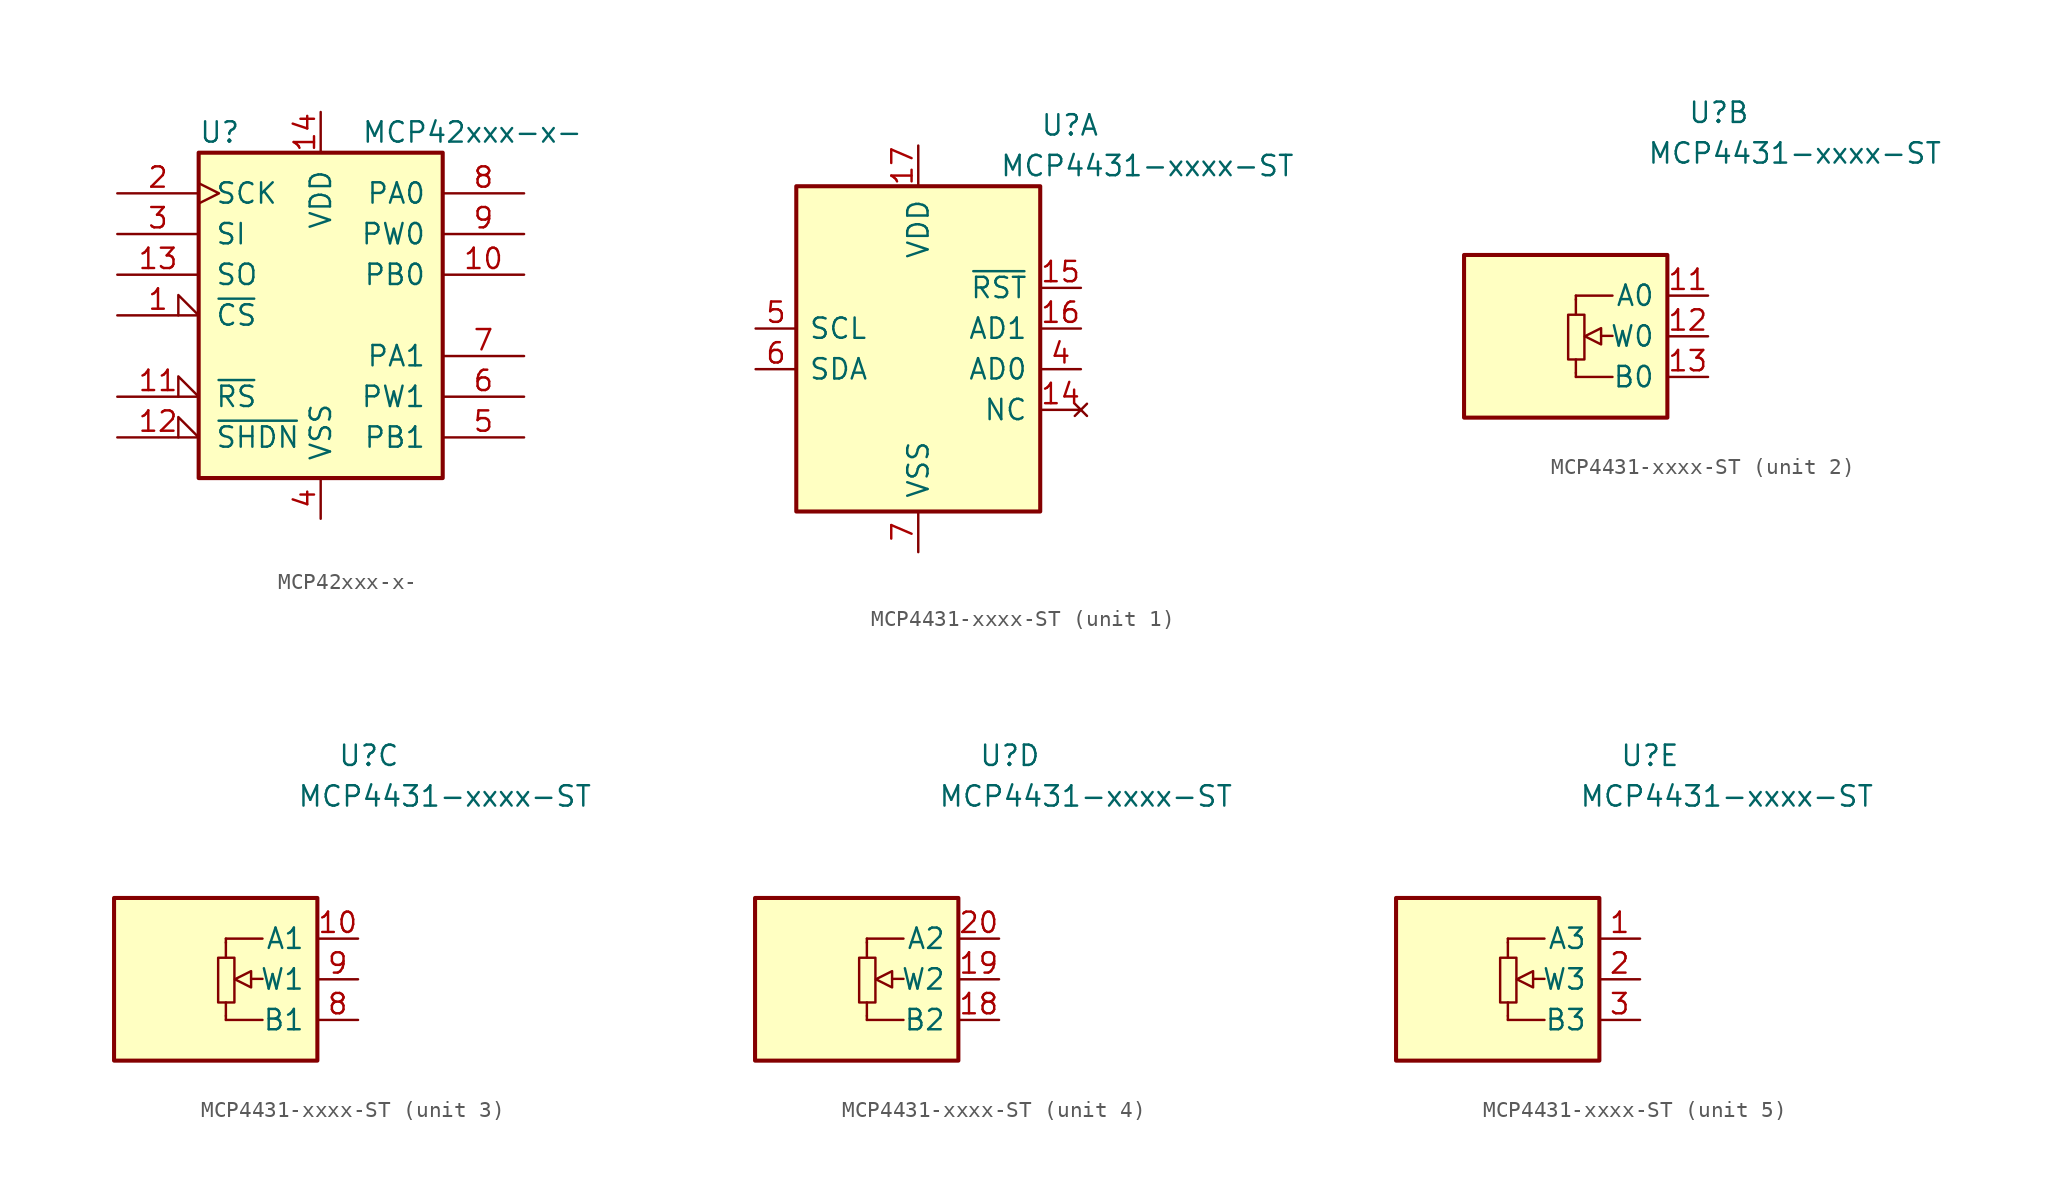
<source format=kicad_sym>
(kicad_symbol_lib
  (version 20211014)
  (generator kicad_symbol_editor)
  (symbol "MCP42xxx-x-"
    (pin_names
      (offset 1.016))
    (property "Reference" "U"
      (at -7.62 11.43 0)
      (effects (font (size 1.27 1.27)) (justify left)))
    (property "Value" "MCP42xxx-x-"
      (at 2.54 11.43 0)
      (effects (font (size 1.27 1.27)) (justify left)))
    (symbol "MCP42xxx-x-_0_1"
      (rectangle (start -7.62 10.16) (end 7.62 -10.16) (stroke (width 0.254) (type default) (color 0 0 0 0)) (fill (type background))))
    (symbol "MCP42xxx-x-_1_1"
      (pin input input_low (at -12.7 0 0) (length 5.08) (name "~{CS}" (effects (font (size 1.27 1.27)))) (number "1" (effects (font (size 1.27 1.27)))))
      (pin passive line (at 12.7 2.54 180) (length 5.08) (name "PB0" (effects (font (size 1.27 1.27)))) (number "10" (effects (font (size 1.27 1.27)))))
      (pin input input_low (at -12.7 -5.08 0) (length 5.08) (name "~{RS}" (effects (font (size 1.27 1.27)))) (number "11" (effects (font (size 1.27 1.27)))))
      (pin input input_low (at -12.7 -7.62 0) (length 5.08) (name "~{SHDN}" (effects (font (size 1.27 1.27)))) (number "12" (effects (font (size 1.27 1.27)))))
      (pin output line (at -12.7 2.54 0) (length 5.08) (name "SO" (effects (font (size 1.27 1.27)))) (number "13" (effects (font (size 1.27 1.27)))))
      (pin power_in line (at 0 12.7 270) (length 2.54) (name "VDD" (effects (font (size 1.27 1.27)))) (number "14" (effects (font (size 1.27 1.27)))))
      (pin input clock (at -12.7 7.62 0) (length 5.08) (name "SCK" (effects (font (size 1.27 1.27)))) (number "2" (effects (font (size 1.27 1.27)))))
      (pin input line (at -12.7 5.08 0) (length 5.08) (name "SI" (effects (font (size 1.27 1.27)))) (number "3" (effects (font (size 1.27 1.27)))))
      (pin power_in line (at 0 -12.7 90) (length 2.54) (name "VSS" (effects (font (size 1.27 1.27)))) (number "4" (effects (font (size 1.27 1.27)))))
      (pin passive line (at 12.7 -7.62 180) (length 5.08) (name "PB1" (effects (font (size 1.27 1.27)))) (number "5" (effects (font (size 1.27 1.27)))))
      (pin passive line (at 12.7 -5.08 180) (length 5.08) (name "PW1" (effects (font (size 1.27 1.27)))) (number "6" (effects (font (size 1.27 1.27)))))
      (pin passive line (at 12.7 -2.54 180) (length 5.08) (name "PA1" (effects (font (size 1.27 1.27)))) (number "7" (effects (font (size 1.27 1.27)))))
      (pin passive line (at 12.7 7.62 180) (length 5.08) (name "PA0" (effects (font (size 1.27 1.27)))) (number "8" (effects (font (size 1.27 1.27)))))
      (pin passive line (at 12.7 5.08 180) (length 5.08) (name "PW0" (effects (font (size 1.27 1.27)))) (number "9" (effects (font (size 1.27 1.27)))))))
  (symbol "MCP4431-xxxx-ST"
    (pin_names
      (offset 0.762))
    (property "Reference" "U"
      (at 7.62 13.97 0)
      (effects (font (size 1.27 1.27)) (justify left)))
    (property "Value" "MCP4431-xxxx-ST"
      (at 5.08 11.43 0)
      (effects (font (size 1.27 1.27)) (justify left)))
    (property "ki_locked" ""
      (at 0 0 0)
      (effects (font (size 1.27 1.27))))
    (symbol "MCP4431-xxxx-ST_1_1"
      (rectangle (start -7.62 10.16) (end 7.62 -10.16) (stroke (width 0.254) (type default) (color 0 0 0 0)) (fill (type background)))
      (pin no_connect line (at 10.16 -3.81 180) (length 2.54) (name "NC" (effects (font (size 1.27 1.27)))) (number "14" (effects (font (size 1.27 1.27)))))
      (pin input line (at 10.16 3.81 180) (length 2.54) (name "~{RST}" (effects (font (size 1.27 1.27)))) (number "15" (effects (font (size 1.27 1.27)))))
      (pin input line (at 10.16 1.27 180) (length 2.54) (name "AD1" (effects (font (size 1.27 1.27)))) (number "16" (effects (font (size 1.27 1.27)))))
      (pin power_in line (at 0 12.7 270) (length 2.54) (name "VDD" (effects (font (size 1.27 1.27)))) (number "17" (effects (font (size 1.27 1.27)))))
      (pin input line (at 10.16 -1.27 180) (length 2.54) (name "AD0" (effects (font (size 1.27 1.27)))) (number "4" (effects (font (size 1.27 1.27)))))
      (pin input line (at -10.16 1.27 0) (length 2.54) (name "SCL" (effects (font (size 1.27 1.27)))) (number "5" (effects (font (size 1.27 1.27)))))
      (pin bidirectional line (at -10.16 -1.27 0) (length 2.54) (name "SDA" (effects (font (size 1.27 1.27)))) (number "6" (effects (font (size 1.27 1.27)))))
      (pin power_in line (at 0 -12.7 90) (length 2.54) (name "VSS" (effects (font (size 1.27 1.27)))) (number "7" (effects (font (size 1.27 1.27))))))
    (symbol "MCP4431-xxxx-ST_2_1"
      (rectangle (start -6.35 5.08) (end 6.35 -5.08) (stroke (width 0.254) (type default) (color 0 0 0 0)) (fill (type background)))
      (polyline (pts (xy 0.635 -2.286) (xy 0.635 -1.448)) (stroke (width 0) (type default) (color 0 0 0 0)) (fill (type none)))
      (polyline (pts (xy 0.635 2.311) (xy 0.635 1.372)) (stroke (width 0) (type default) (color 0 0 0 0)) (fill (type none)))
      (polyline (pts (xy 2.21 0.025) (xy 2.921 0.025)) (stroke (width 0) (type default) (color 0 0 0 0)) (fill (type none)))
      (polyline (pts (xy 0.635 -2.54) (xy 0.635 -2.286) (xy 0.635 -2.286)) (stroke (width 0) (type default) (color 0 0 0 0)) (fill (type background)))
      (polyline (pts (xy 0.635 -2.54) (xy 2.921 -2.54) (xy 2.921 -2.54)) (stroke (width 0) (type default) (color 0 0 0 0)) (fill (type background)))
      (polyline (pts (xy 0.635 2.54) (xy 0.635 2.286) (xy 0.635 2.286)) (stroke (width 0) (type default) (color 0 0 0 0)) (fill (type none)))
      (polyline (pts (xy 0.635 2.54) (xy 2.921 2.54) (xy 2.921 2.54)) (stroke (width 0) (type default) (color 0 0 0 0)) (fill (type background)))
      (polyline (pts (xy 2.21 0.508) (xy 2.21 -0.508) (xy 1.194 0) (xy 2.21 0.508) (xy 2.21 0.508)) (stroke (width 0) (type default) (color 0 0 0 0)) (fill (type background)))
      (rectangle (start 0.152 1.346) (end 1.168 -1.448) (stroke (width 0) (type default) (color 0 0 0 0)) (fill (type none)))
      (pin passive line (at 8.89 2.54 180) (length 2.54) (name "A0" (effects (font (size 1.27 1.27)))) (number "11" (effects (font (size 1.27 1.27)))))
      (pin passive line (at 8.89 0 180) (length 2.54) (name "W0" (effects (font (size 1.27 1.27)))) (number "12" (effects (font (size 1.27 1.27)))))
      (pin passive line (at 8.89 -2.54 180) (length 2.54) (name "B0" (effects (font (size 1.27 1.27)))) (number "13" (effects (font (size 1.27 1.27))))))
    (symbol "MCP4431-xxxx-ST_3_1"
      (rectangle (start -6.35 5.08) (end 6.35 -5.08) (stroke (width 0.254) (type default) (color 0 0 0 0)) (fill (type background)))
      (polyline (pts (xy 0.635 -2.286) (xy 0.635 -1.448)) (stroke (width 0) (type default) (color 0 0 0 0)) (fill (type none)))
      (polyline (pts (xy 0.635 2.311) (xy 0.635 1.372)) (stroke (width 0) (type default) (color 0 0 0 0)) (fill (type none)))
      (polyline (pts (xy 2.21 0.025) (xy 2.921 0.025)) (stroke (width 0) (type default) (color 0 0 0 0)) (fill (type none)))
      (polyline (pts (xy 0.635 -2.54) (xy 0.635 -2.286) (xy 0.635 -2.286)) (stroke (width 0) (type default) (color 0 0 0 0)) (fill (type background)))
      (polyline (pts (xy 0.635 -2.54) (xy 2.921 -2.54) (xy 2.921 -2.54)) (stroke (width 0) (type default) (color 0 0 0 0)) (fill (type background)))
      (polyline (pts (xy 0.635 2.54) (xy 0.635 2.286) (xy 0.635 2.286)) (stroke (width 0) (type default) (color 0 0 0 0)) (fill (type none)))
      (polyline (pts (xy 0.635 2.54) (xy 2.921 2.54) (xy 2.921 2.54)) (stroke (width 0) (type default) (color 0 0 0 0)) (fill (type background)))
      (polyline (pts (xy 2.21 0.508) (xy 2.21 -0.508) (xy 1.194 0) (xy 2.21 0.508) (xy 2.21 0.508)) (stroke (width 0) (type default) (color 0 0 0 0)) (fill (type background)))
      (rectangle (start 0.152 1.346) (end 1.168 -1.448) (stroke (width 0) (type default) (color 0 0 0 0)) (fill (type none)))
      (pin passive line (at 8.89 2.54 180) (length 2.54) (name "A1" (effects (font (size 1.27 1.27)))) (number "10" (effects (font (size 1.27 1.27)))))
      (pin passive line (at 8.89 -2.54 180) (length 2.54) (name "B1" (effects (font (size 1.27 1.27)))) (number "8" (effects (font (size 1.27 1.27)))))
      (pin passive line (at 8.89 0 180) (length 2.54) (name "W1" (effects (font (size 1.27 1.27)))) (number "9" (effects (font (size 1.27 1.27))))))
    (symbol "MCP4431-xxxx-ST_4_1"
      (rectangle (start -6.35 5.08) (end 6.35 -5.08) (stroke (width 0.254) (type default) (color 0 0 0 0)) (fill (type background)))
      (polyline (pts (xy 0.635 -2.286) (xy 0.635 -1.448)) (stroke (width 0) (type default) (color 0 0 0 0)) (fill (type none)))
      (polyline (pts (xy 0.635 2.311) (xy 0.635 1.372)) (stroke (width 0) (type default) (color 0 0 0 0)) (fill (type none)))
      (polyline (pts (xy 2.21 0.025) (xy 2.921 0.025)) (stroke (width 0) (type default) (color 0 0 0 0)) (fill (type none)))
      (polyline (pts (xy 0.635 -2.54) (xy 0.635 -2.286) (xy 0.635 -2.286)) (stroke (width 0) (type default) (color 0 0 0 0)) (fill (type background)))
      (polyline (pts (xy 0.635 -2.54) (xy 2.921 -2.54) (xy 2.921 -2.54)) (stroke (width 0) (type default) (color 0 0 0 0)) (fill (type background)))
      (polyline (pts (xy 0.635 2.54) (xy 0.635 2.286) (xy 0.635 2.286)) (stroke (width 0) (type default) (color 0 0 0 0)) (fill (type none)))
      (polyline (pts (xy 0.635 2.54) (xy 2.921 2.54) (xy 2.921 2.54)) (stroke (width 0) (type default) (color 0 0 0 0)) (fill (type background)))
      (polyline (pts (xy 2.21 0.508) (xy 2.21 -0.508) (xy 1.194 0) (xy 2.21 0.508) (xy 2.21 0.508)) (stroke (width 0) (type default) (color 0 0 0 0)) (fill (type background)))
      (rectangle (start 0.152 1.346) (end 1.168 -1.448) (stroke (width 0) (type default) (color 0 0 0 0)) (fill (type none)))
      (pin passive line (at 8.89 -2.54 180) (length 2.54) (name "B2" (effects (font (size 1.27 1.27)))) (number "18" (effects (font (size 1.27 1.27)))))
      (pin passive line (at 8.89 0 180) (length 2.54) (name "W2" (effects (font (size 1.27 1.27)))) (number "19" (effects (font (size 1.27 1.27)))))
      (pin passive line (at 8.89 2.54 180) (length 2.54) (name "A2" (effects (font (size 1.27 1.27)))) (number "20" (effects (font (size 1.27 1.27))))))
    (symbol "MCP4431-xxxx-ST_5_1"
      (rectangle (start -6.35 5.08) (end 6.35 -5.08) (stroke (width 0.254) (type default) (color 0 0 0 0)) (fill (type background)))
      (polyline (pts (xy 0.635 -2.286) (xy 0.635 -1.448)) (stroke (width 0) (type default) (color 0 0 0 0)) (fill (type none)))
      (polyline (pts (xy 0.635 2.311) (xy 0.635 1.372)) (stroke (width 0) (type default) (color 0 0 0 0)) (fill (type none)))
      (polyline (pts (xy 2.21 0.025) (xy 2.921 0.025)) (stroke (width 0) (type default) (color 0 0 0 0)) (fill (type none)))
      (polyline (pts (xy 0.635 -2.54) (xy 0.635 -2.286) (xy 0.635 -2.286)) (stroke (width 0) (type default) (color 0 0 0 0)) (fill (type background)))
      (polyline (pts (xy 0.635 -2.54) (xy 2.921 -2.54) (xy 2.921 -2.54)) (stroke (width 0) (type default) (color 0 0 0 0)) (fill (type background)))
      (polyline (pts (xy 0.635 2.54) (xy 0.635 2.286) (xy 0.635 2.286)) (stroke (width 0) (type default) (color 0 0 0 0)) (fill (type none)))
      (polyline (pts (xy 0.635 2.54) (xy 2.921 2.54) (xy 2.921 2.54)) (stroke (width 0) (type default) (color 0 0 0 0)) (fill (type background)))
      (polyline (pts (xy 2.21 0.508) (xy 2.21 -0.508) (xy 1.194 0) (xy 2.21 0.508) (xy 2.21 0.508)) (stroke (width 0) (type default) (color 0 0 0 0)) (fill (type background)))
      (rectangle (start 0.152 1.346) (end 1.168 -1.448) (stroke (width 0) (type default) (color 0 0 0 0)) (fill (type none)))
      (pin passive line (at 8.89 2.54 180) (length 2.54) (name "A3" (effects (font (size 1.27 1.27)))) (number "1" (effects (font (size 1.27 1.27)))))
      (pin passive line (at 8.89 0 180) (length 2.54) (name "W3" (effects (font (size 1.27 1.27)))) (number "2" (effects (font (size 1.27 1.27)))))
      (pin passive line (at 8.89 -2.54 180) (length 2.54) (name "B3" (effects (font (size 1.27 1.27)))) (number "3" (effects (font (size 1.27 1.27))))))))
</source>
